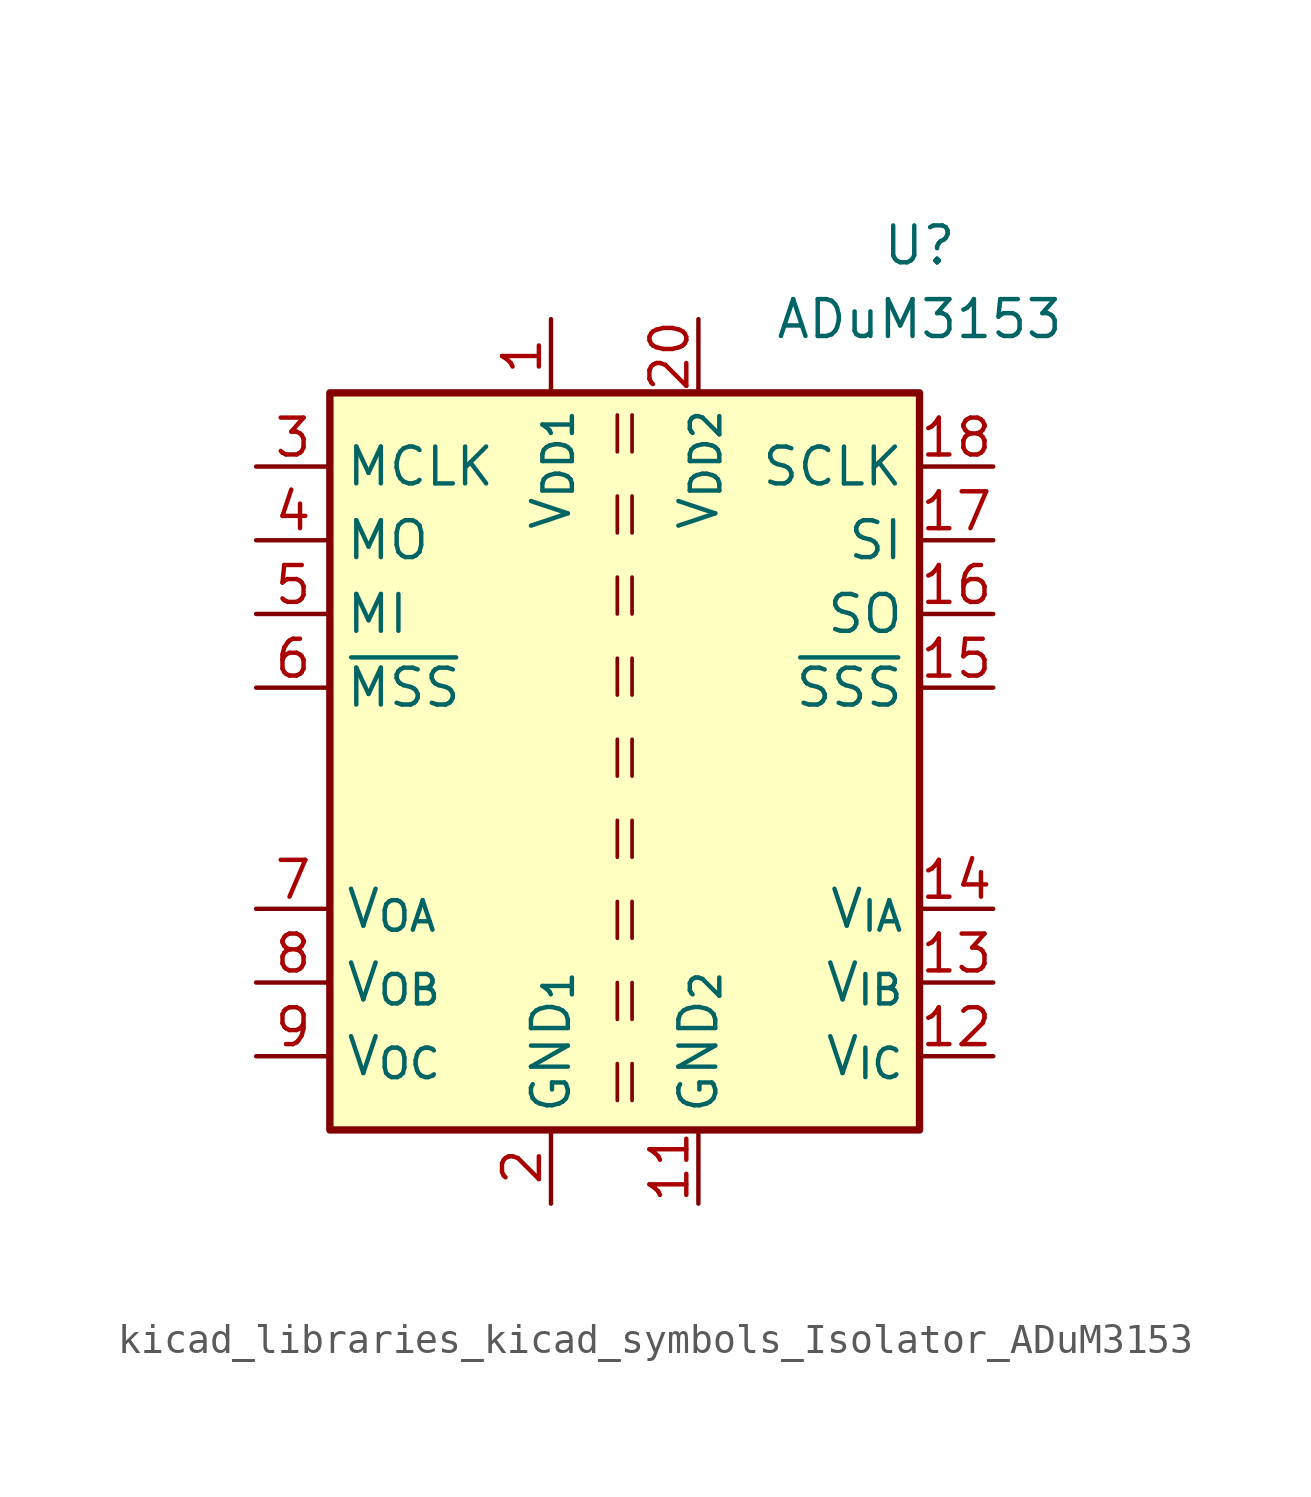
<source format=kicad_sym>
(kicad_symbol_lib
  (version 20220914)
  (generator kicad_symbol_editor)
  (symbol "kicad_libraries_kicad_symbols_Isolator_ADuM3153"
    (property "Reference" "U"
      (at 10.16 17.78 0)
      (effects (font (size 1.27 1.27))))
    (property "Value" "ADuM3153"
      (at 10.16 15.24 0)
      (effects (font (size 1.27 1.27))))
    (symbol "kicad_libraries_kicad_symbols_Isolator_ADuM3153_0_0"
      (rectangle (start -10.16 12.7) (end 10.16 -12.7) (stroke (width 0.254) (type default)) (fill (type background))))
    (symbol "kicad_libraries_kicad_symbols_Isolator_ADuM3153_1_1"
      (polyline (pts (xy -0.254 -10.414) (xy -0.254 -11.684)) (stroke (width 0.127) (type default)) (fill (type none)))
      (polyline (pts (xy -0.254 -7.62) (xy -0.254 -8.89)) (stroke (width 0.127) (type default)) (fill (type none)))
      (polyline (pts (xy -0.254 -4.826) (xy -0.254 -6.096)) (stroke (width 0.127) (type default)) (fill (type none)))
      (polyline (pts (xy -0.254 -2.032) (xy -0.254 -3.302)) (stroke (width 0.127) (type default)) (fill (type none)))
      (polyline (pts (xy -0.254 0.762) (xy -0.254 -0.508)) (stroke (width 0.127) (type default)) (fill (type none)))
      (polyline (pts (xy -0.254 3.556) (xy -0.254 2.286)) (stroke (width 0.127) (type default)) (fill (type none)))
      (polyline (pts (xy -0.254 6.35) (xy -0.254 5.08)) (stroke (width 0.127) (type default)) (fill (type none)))
      (polyline (pts (xy -0.254 9.144) (xy -0.254 7.874)) (stroke (width 0.127) (type default)) (fill (type none)))
      (polyline (pts (xy -0.254 11.938) (xy -0.254 10.668)) (stroke (width 0.127) (type default)) (fill (type none)))
      (polyline (pts (xy 0.254 -10.414) (xy 0.254 -11.684)) (stroke (width 0.127) (type default)) (fill (type none)))
      (polyline (pts (xy 0.254 -7.62) (xy 0.254 -8.89)) (stroke (width 0.127) (type default)) (fill (type none)))
      (polyline (pts (xy 0.254 -4.826) (xy 0.254 -6.096)) (stroke (width 0.127) (type default)) (fill (type none)))
      (polyline (pts (xy 0.254 -2.032) (xy 0.254 -3.302)) (stroke (width 0.127) (type default)) (fill (type none)))
      (polyline (pts (xy 0.254 0.762) (xy 0.254 -0.508)) (stroke (width 0.127) (type default)) (fill (type none)))
      (polyline (pts (xy 0.254 3.556) (xy 0.254 2.286)) (stroke (width 0.127) (type default)) (fill (type none)))
      (polyline (pts (xy 0.254 6.35) (xy 0.254 5.08)) (stroke (width 0.127) (type default)) (fill (type none)))
      (polyline (pts (xy 0.254 9.144) (xy 0.254 7.874)) (stroke (width 0.127) (type default)) (fill (type none)))
      (polyline (pts (xy 0.254 11.938) (xy 0.254 10.668)) (stroke (width 0.127) (type default)) (fill (type none)))
      (pin power_in line (at -2.54 15.24 270) (length 2.54) (name "V_{DD1}" (effects (font (size 1.27 1.27)))) (number "1" (effects (font (size 1.27 1.27)))))
      (pin passive line (at -2.54 -15.24 90) (length 2.54) hide (name "GND_{1}" (effects (font (size 1.27 1.27)))) (number "10" (effects (font (size 1.27 1.27)))))
      (pin power_in line (at 2.54 -15.24 90) (length 2.54) (name "GND_{2}" (effects (font (size 1.27 1.27)))) (number "11" (effects (font (size 1.27 1.27)))))
      (pin input line (at 12.7 -10.16 180) (length 2.54) (name "V_{IC}" (effects (font (size 1.27 1.27)))) (number "12" (effects (font (size 1.27 1.27)))))
      (pin input line (at 12.7 -7.62 180) (length 2.54) (name "V_{IB}" (effects (font (size 1.27 1.27)))) (number "13" (effects (font (size 1.27 1.27)))))
      (pin input line (at 12.7 -5.08 180) (length 2.54) (name "V_{IA}" (effects (font (size 1.27 1.27)))) (number "14" (effects (font (size 1.27 1.27)))))
      (pin output line (at 12.7 2.54 180) (length 2.54) (name "~{SSS}" (effects (font (size 1.27 1.27)))) (number "15" (effects (font (size 1.27 1.27)))))
      (pin input line (at 12.7 5.08 180) (length 2.54) (name "SO" (effects (font (size 1.27 1.27)))) (number "16" (effects (font (size 1.27 1.27)))))
      (pin output line (at 12.7 7.62 180) (length 2.54) (name "SI" (effects (font (size 1.27 1.27)))) (number "17" (effects (font (size 1.27 1.27)))))
      (pin output line (at 12.7 10.16 180) (length 2.54) (name "SCLK" (effects (font (size 1.27 1.27)))) (number "18" (effects (font (size 1.27 1.27)))))
      (pin passive line (at 2.54 -15.24 90) (length 2.54) hide (name "GND_{2}" (effects (font (size 1.27 1.27)))) (number "19" (effects (font (size 1.27 1.27)))))
      (pin power_in line (at -2.54 -15.24 90) (length 2.54) (name "GND_{1}" (effects (font (size 1.27 1.27)))) (number "2" (effects (font (size 1.27 1.27)))))
      (pin power_in line (at 2.54 15.24 270) (length 2.54) (name "V_{DD2}" (effects (font (size 1.27 1.27)))) (number "20" (effects (font (size 1.27 1.27)))))
      (pin input line (at -12.7 10.16 0) (length 2.54) (name "MCLK" (effects (font (size 1.27 1.27)))) (number "3" (effects (font (size 1.27 1.27)))))
      (pin input line (at -12.7 7.62 0) (length 2.54) (name "MO" (effects (font (size 1.27 1.27)))) (number "4" (effects (font (size 1.27 1.27)))))
      (pin output line (at -12.7 5.08 0) (length 2.54) (name "MI" (effects (font (size 1.27 1.27)))) (number "5" (effects (font (size 1.27 1.27)))))
      (pin input line (at -12.7 2.54 0) (length 2.54) (name "~{MSS}" (effects (font (size 1.27 1.27)))) (number "6" (effects (font (size 1.27 1.27)))))
      (pin output line (at -12.7 -5.08 0) (length 2.54) (name "V_{OA}" (effects (font (size 1.27 1.27)))) (number "7" (effects (font (size 1.27 1.27)))))
      (pin output line (at -12.7 -7.62 0) (length 2.54) (name "V_{OB}" (effects (font (size 1.27 1.27)))) (number "8" (effects (font (size 1.27 1.27)))))
      (pin output line (at -12.7 -10.16 0) (length 2.54) (name "V_{OC}" (effects (font (size 1.27 1.27)))) (number "9" (effects (font (size 1.27 1.27))))))))
</source>
